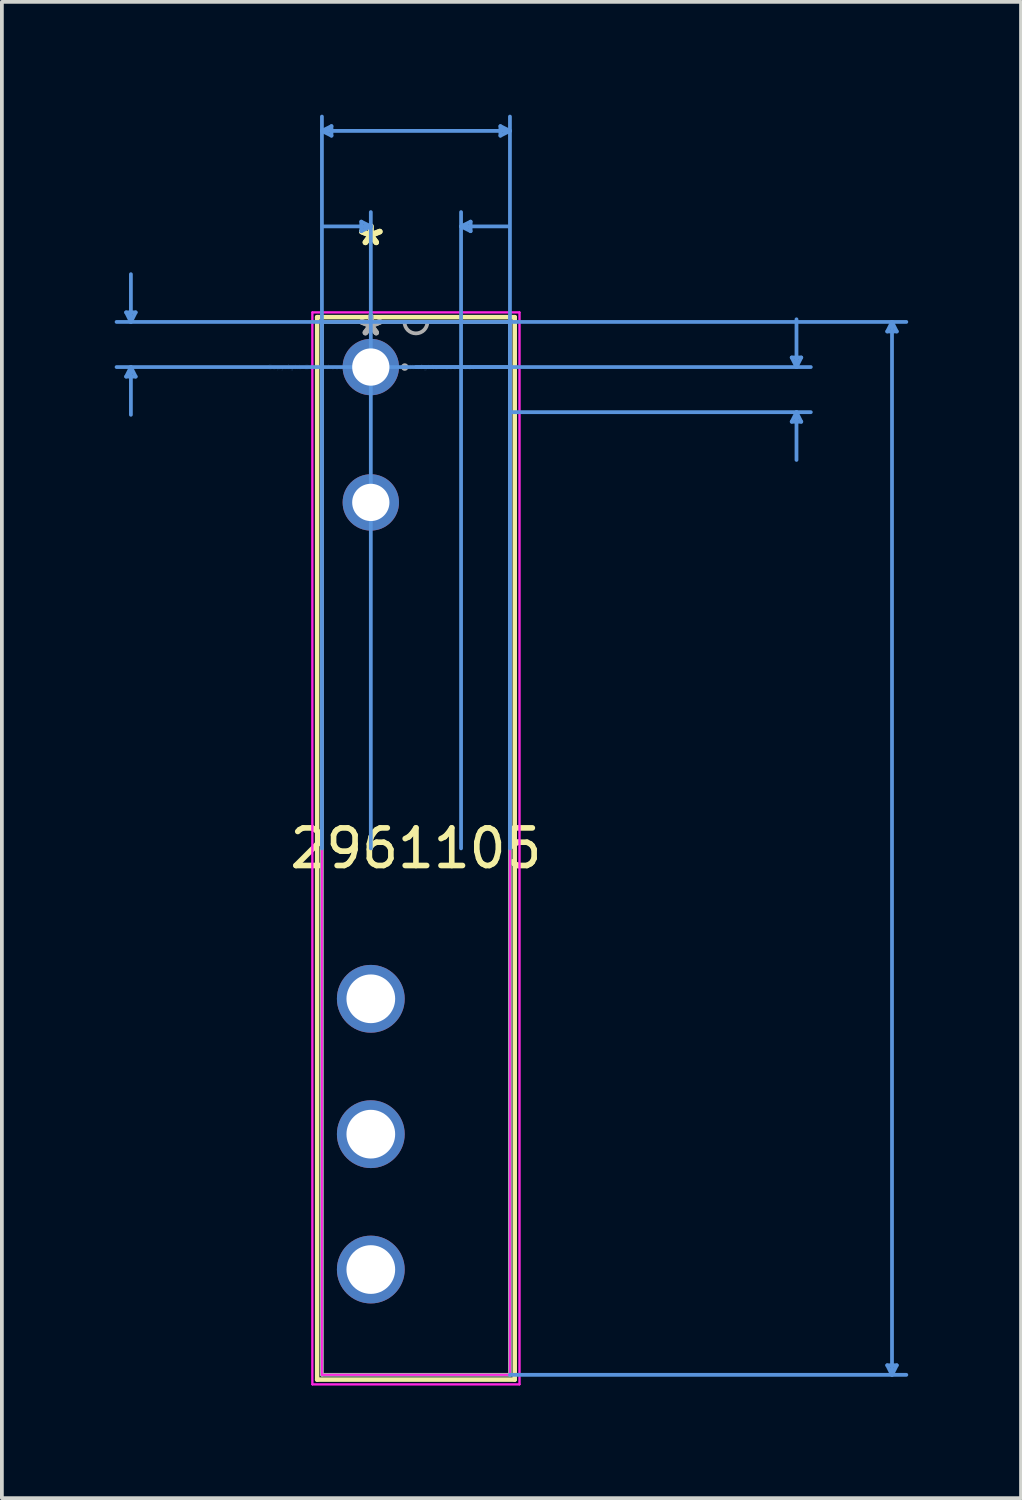
<source format=kicad_pcb>
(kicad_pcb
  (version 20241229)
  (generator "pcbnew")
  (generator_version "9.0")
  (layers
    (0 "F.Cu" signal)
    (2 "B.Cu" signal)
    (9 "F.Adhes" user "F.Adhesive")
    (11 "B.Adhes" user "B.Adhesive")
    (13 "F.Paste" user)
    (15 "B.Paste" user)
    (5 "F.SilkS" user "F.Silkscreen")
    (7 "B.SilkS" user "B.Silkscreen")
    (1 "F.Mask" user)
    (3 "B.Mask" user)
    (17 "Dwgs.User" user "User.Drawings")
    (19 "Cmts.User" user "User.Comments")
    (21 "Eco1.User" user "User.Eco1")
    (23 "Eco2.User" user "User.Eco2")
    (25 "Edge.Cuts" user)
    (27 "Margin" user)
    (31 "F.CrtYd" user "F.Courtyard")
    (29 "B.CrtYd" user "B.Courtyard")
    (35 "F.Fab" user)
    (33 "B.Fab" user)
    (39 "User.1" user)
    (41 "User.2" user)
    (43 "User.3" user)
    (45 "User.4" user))
  (footprint "2961105"
    (layer "F.Cu")
    (at 6.811 6.711)
    (property "Reference" "2961105" (at 1.2 12.8 0) (layer "F.SilkS") (effects (font (size 1 1) (thickness 0.15))))
    (attr through_hole)
    (fp_line (start -1.427 -1.327) (end -1.427 26.927) (stroke (width 0.12) (type solid)) (layer "F.SilkS"))
    (fp_line (start -1.427 26.927) (end 3.827 26.927) (stroke (width 0.12) (type solid)) (layer "F.SilkS"))
    (fp_line (start 3.827 -1.327) (end -1.427 -1.327) (stroke (width 0.12) (type solid)) (layer "F.SilkS"))
    (fp_line (start 3.827 26.927) (end 3.827 -1.327) (stroke (width 0.12) (type solid)) (layer "F.SilkS"))
    (fp_line (start -6.507 -1.454) (end -6.253 -1.454) (stroke (width 0.1) (type solid)) (layer "Cmts.User"))
    (fp_line (start -6.507 0.254) (end -6.253 0.254) (stroke (width 0.1) (type solid)) (layer "Cmts.User"))
    (fp_line (start -6.38 -1.2) (end -6.507 -1.454) (stroke (width 0.1) (type solid)) (layer "Cmts.User"))
    (fp_line (start -6.38 -1.2) (end -6.38 -2.47) (stroke (width 0.1) (type solid)) (layer "Cmts.User"))
    (fp_line (start -6.38 -1.2) (end -6.253 -1.454) (stroke (width 0.1) (type solid)) (layer "Cmts.User"))
    (fp_line (start -6.38 0) (end -6.507 0.254) (stroke (width 0.1) (type solid)) (layer "Cmts.User"))
    (fp_line (start -6.38 0) (end -6.38 1.27) (stroke (width 0.1) (type solid)) (layer "Cmts.User"))
    (fp_line (start -6.38 0) (end -6.253 0.254) (stroke (width 0.1) (type solid)) (layer "Cmts.User"))
    (fp_line (start -1.3 -6.28) (end -1.046 -6.407) (stroke (width 0.1) (type solid)) (layer "Cmts.User"))
    (fp_line (start -1.3 -6.28) (end -1.046 -6.153) (stroke (width 0.1) (type solid)) (layer "Cmts.User"))
    (fp_line (start -1.3 -6.28) (end 3.7 -6.28) (stroke (width 0.1) (type solid)) (layer "Cmts.User"))
    (fp_line (start -1.3 12.8) (end -1.3 -6.661) (stroke (width 0.1) (type solid)) (layer "Cmts.User"))
    (fp_line (start -1.046 -6.407) (end -1.046 -6.153) (stroke (width 0.1) (type solid)) (layer "Cmts.User"))
    (fp_line (start -0.254 -3.867) (end -0.254 -3.613) (stroke (width 0.1) (type solid)) (layer "Cmts.User"))
    (fp_line (start 0 -3.74) (end -1.27 -3.74) (stroke (width 0.1) (type solid)) (layer "Cmts.User"))
    (fp_line (start 0 -3.74) (end -0.254 -3.867) (stroke (width 0.1) (type solid)) (layer "Cmts.User"))
    (fp_line (start 0 -3.74) (end -0.254 -3.613) (stroke (width 0.1) (type solid)) (layer "Cmts.User"))
    (fp_line (start 0 12.8) (end 0 -4.121) (stroke (width 0.1) (type solid)) (layer "Cmts.User"))
    (fp_line (start 1.2 -1.2) (end -6.761 -1.2) (stroke (width 0.1) (type solid)) (layer "Cmts.User"))
    (fp_line (start 1.2 -1.2) (end 14.241 -1.2) (stroke (width 0.1) (type solid)) (layer "Cmts.User"))
    (fp_line (start 1.2 0) (end 11.701 0) (stroke (width 0.1) (type solid)) (layer "Cmts.User"))
    (fp_line (start 2.4 -3.74) (end 2.654 -3.867) (stroke (width 0.1) (type solid)) (layer "Cmts.User"))
    (fp_line (start 2.4 -3.74) (end 2.654 -3.613) (stroke (width 0.1) (type solid)) (layer "Cmts.User"))
    (fp_line (start 2.4 -3.74) (end 3.67 -3.74) (stroke (width 0.1) (type solid)) (layer "Cmts.User"))
    (fp_line (start 2.4 12.8) (end 2.4 -4.121) (stroke (width 0.1) (type solid)) (layer "Cmts.User"))
    (fp_line (start 2.654 -3.867) (end 2.654 -3.613) (stroke (width 0.1) (type solid)) (layer "Cmts.User"))
    (fp_line (start 3.446 -6.407) (end 3.446 -6.153) (stroke (width 0.1) (type solid)) (layer "Cmts.User"))
    (fp_line (start 3.7 -6.28) (end 3.446 -6.407) (stroke (width 0.1) (type solid)) (layer "Cmts.User"))
    (fp_line (start 3.7 -6.28) (end 3.446 -6.153) (stroke (width 0.1) (type solid)) (layer "Cmts.User"))
    (fp_line (start 3.7 0) (end -6.761 0) (stroke (width 0.1) (type solid)) (layer "Cmts.User"))
    (fp_line (start 3.7 1.2) (end 11.701 1.2) (stroke (width 0.1) (type solid)) (layer "Cmts.User"))
    (fp_line (start 3.7 12.8) (end 3.7 -6.661) (stroke (width 0.1) (type solid)) (layer "Cmts.User"))
    (fp_line (start 3.7 26.8) (end 14.241 26.8) (stroke (width 0.1) (type solid)) (layer "Cmts.User"))
    (fp_line (start 11.193 -0.254) (end 11.447 -0.254) (stroke (width 0.1) (type solid)) (layer "Cmts.User"))
    (fp_line (start 11.193 1.454) (end 11.447 1.454) (stroke (width 0.1) (type solid)) (layer "Cmts.User"))
    (fp_line (start 11.32 0) (end 11.193 -0.254) (stroke (width 0.1) (type solid)) (layer "Cmts.User"))
    (fp_line (start 11.32 0) (end 11.32 -1.27) (stroke (width 0.1) (type solid)) (layer "Cmts.User"))
    (fp_line (start 11.32 0) (end 11.447 -0.254) (stroke (width 0.1) (type solid)) (layer "Cmts.User"))
    (fp_line (start 11.32 1.2) (end 11.193 1.454) (stroke (width 0.1) (type solid)) (layer "Cmts.User"))
    (fp_line (start 11.32 1.2) (end 11.32 2.47) (stroke (width 0.1) (type solid)) (layer "Cmts.User"))
    (fp_line (start 11.32 1.2) (end 11.447 1.454) (stroke (width 0.1) (type solid)) (layer "Cmts.User"))
    (fp_line (start 13.733 -0.946) (end 13.987 -0.946) (stroke (width 0.1) (type solid)) (layer "Cmts.User"))
    (fp_line (start 13.733 26.546) (end 13.987 26.546) (stroke (width 0.1) (type solid)) (layer "Cmts.User"))
    (fp_line (start 13.86 -1.2) (end 13.733 -0.946) (stroke (width 0.1) (type solid)) (layer "Cmts.User"))
    (fp_line (start 13.86 -1.2) (end 13.86 26.8) (stroke (width 0.1) (type solid)) (layer "Cmts.User"))
    (fp_line (start 13.86 -1.2) (end 13.987 -0.946) (stroke (width 0.1) (type solid)) (layer "Cmts.User"))
    (fp_line (start 13.86 26.8) (end 13.733 26.546) (stroke (width 0.1) (type solid)) (layer "Cmts.User"))
    (fp_line (start 13.86 26.8) (end 13.987 26.546) (stroke (width 0.1) (type solid)) (layer "Cmts.User"))
    (fp_line (start -1.554 -1.454) (end 3.954 -1.454) (stroke (width 0.05) (type solid)) (layer "F.CrtYd"))
    (fp_line (start -1.554 -1.454) (end 3.954 -1.454) (stroke (width 0.05) (type solid)) (layer "F.CrtYd"))
    (fp_line (start -1.554 27.054) (end -1.554 -1.454) (stroke (width 0.05) (type solid)) (layer "F.CrtYd"))
    (fp_line (start -1.554 27.054) (end -1.554 -1.454) (stroke (width 0.05) (type solid)) (layer "F.CrtYd"))
    (fp_line (start -1.3 -1.2) (end 3.7 -1.2) (stroke (width 0.05) (type solid)) (layer "F.CrtYd"))
    (fp_line (start -1.3 26.8) (end -1.3 -1.2) (stroke (width 0.05) (type solid)) (layer "F.CrtYd"))
    (fp_line (start 3.7 -1.2) (end 3.7 26.8) (stroke (width 0.05) (type solid)) (layer "F.CrtYd"))
    (fp_line (start 3.7 26.8) (end -1.3 26.8) (stroke (width 0.05) (type solid)) (layer "F.CrtYd"))
    (fp_line (start 3.954 -1.454) (end 3.954 27.054) (stroke (width 0.05) (type solid)) (layer "F.CrtYd"))
    (fp_line (start 3.954 -1.454) (end 3.954 27.054) (stroke (width 0.05) (type solid)) (layer "F.CrtYd"))
    (fp_line (start 3.954 27.054) (end -1.554 27.054) (stroke (width 0.05) (type solid)) (layer "F.CrtYd"))
    (fp_line (start 3.954 27.054) (end -1.554 27.054) (stroke (width 0.05) (type solid)) (layer "F.CrtYd"))
    (fp_line (start -1.3 -1.2) (end -1.3 26.8) (stroke (width 0.1) (type solid)) (layer "F.Fab"))
    (fp_line (start -1.3 26.8) (end 3.7 26.8) (stroke (width 0.1) (type solid)) (layer "F.Fab"))
    (fp_line (start 3.7 -1.2) (end -1.3 -1.2) (stroke (width 0.1) (type solid)) (layer "F.Fab"))
    (fp_line (start 3.7 26.8) (end 3.7 -1.2) (stroke (width 0.1) (type solid)) (layer "F.Fab"))
    (fp_arc (start 1.5048 -1.2) (mid 1.2 -0.8952) (end 0.8952 -1.2) (stroke (width 0.1) (type solid)) (layer "F.Fab"))
    (fp_circle (center 0.902 0) (end 0.902 0) (stroke (width 0.1) (type solid)) (fill no) (layer "F.Fab"))
    (fp_text user "*" (at 0 -3.2 0) (layer "F.SilkS") (effects (font (size 1 1) (thickness 0.15))))
    (fp_text user "*" (at 0 -3.2 0) (layer "F.SilkS") (effects (font (size 1 1) (thickness 0.15))))
    (fp_text user "Copyright 2021 Accelerated Designs. All rights reserved." (at 0 0 0) (layer "Cmts.User") (effects (font (size 0.127 0.127) (thickness 0.002))))
    (fp_text user "*" (at 0 -0.8 0) (layer "F.Fab") (effects (font (size 1 1) (thickness 0.15))))
    (fp_text user "*" (at 0 -0.8 0) (layer "F.Fab") (effects (font (size 1 1) (thickness 0.15))))
    (pad "1" thru_hole circle (at 0 0.000001) (size 1.499 1.499) (drill 0.991) (layers "*.Cu" "*.Mask"))
    (pad "2" thru_hole circle (at 0 3.6) (size 1.499 1.499) (drill 0.991) (layers "*.Cu" "*.Mask"))
    (pad "3" thru_hole circle (at 0 16.8) (size 1.803 1.803) (drill 1.295) (layers "*.Cu" "*.Mask"))
    (pad "4" thru_hole circle (at 0 20.4) (size 1.803 1.803) (drill 1.295) (layers "*.Cu" "*.Mask"))
    (pad "5" thru_hole circle (at 0 24) (size 1.803 1.803) (drill 1.295) (layers "*.Cu" "*.Mask")))
  (gr_rect
    (start -3 -3)
    (end 24.102 36.79)
    (stroke (width 0.1) (type default))
    (fill no)
    (layer "Edge.Cuts")))
</source>
